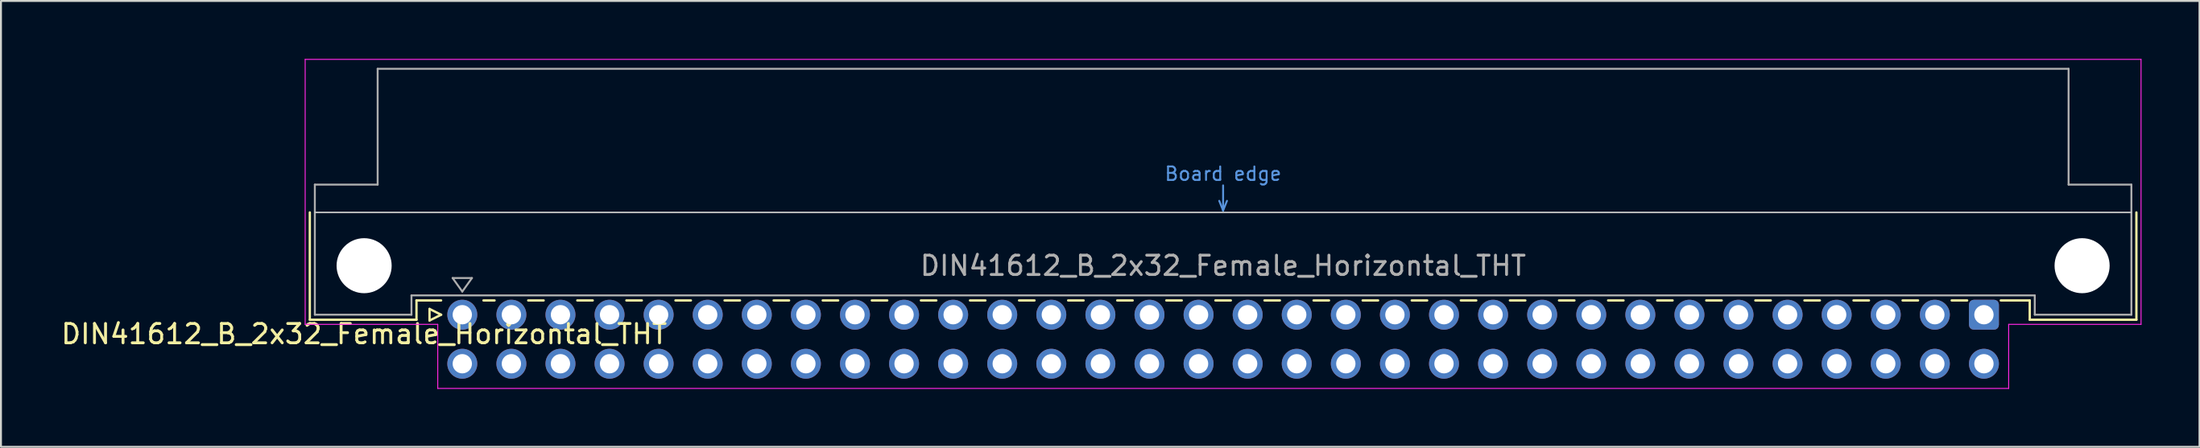
<source format=kicad_pcb>
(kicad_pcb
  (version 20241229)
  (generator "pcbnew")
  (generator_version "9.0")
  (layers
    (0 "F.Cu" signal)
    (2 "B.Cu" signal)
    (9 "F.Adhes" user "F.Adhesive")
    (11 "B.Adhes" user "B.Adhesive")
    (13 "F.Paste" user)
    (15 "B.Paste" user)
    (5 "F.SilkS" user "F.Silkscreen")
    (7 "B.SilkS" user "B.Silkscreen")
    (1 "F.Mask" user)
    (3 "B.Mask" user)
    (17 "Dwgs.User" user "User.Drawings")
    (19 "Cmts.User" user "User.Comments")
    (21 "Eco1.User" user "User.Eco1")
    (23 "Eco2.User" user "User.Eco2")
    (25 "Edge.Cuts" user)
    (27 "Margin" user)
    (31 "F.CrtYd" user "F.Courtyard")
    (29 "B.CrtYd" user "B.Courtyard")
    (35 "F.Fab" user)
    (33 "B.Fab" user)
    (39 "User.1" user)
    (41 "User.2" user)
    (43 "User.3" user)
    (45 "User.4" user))
  (footprint "DIN41612_B_2x32_Female_Horizontal_THT"
    (layer "F.Cu")
    (at 99.612 13.255)
    (property "Reference" "DIN41612_B_2x32_Female_Horizontal_THT" (at -83.82 1 0) (layer "F.SilkS") (effects (font (size 1 1) (thickness 0.15))))
    (attr through_hole)
    (fp_line (start -86.63 -5.3) (end -86.63 0.26) (stroke (width 0.12) (type solid)) (layer "F.SilkS"))
    (fp_line (start -86.63 0.26) (end -81.11 0.26) (stroke (width 0.12) (type solid)) (layer "F.SilkS"))
    (fp_line (start -81.111 -0.74) (end -79.835 -0.74) (stroke (width 0.12) (type solid)) (layer "F.SilkS"))
    (fp_line (start -81.11 0.26) (end -81.11 -0.74) (stroke (width 0.12) (type solid)) (layer "F.SilkS"))
    (fp_line (start -80.435 -0.3) (end -80.435 0.3) (stroke (width 0.12) (type solid)) (layer "F.SilkS"))
    (fp_line (start -80.435 0.3) (end -79.835 0) (stroke (width 0.12) (type solid)) (layer "F.SilkS"))
    (fp_line (start -79.835 0) (end -80.435 -0.3) (stroke (width 0.12) (type solid)) (layer "F.SilkS"))
    (fp_line (start -77.645 -0.74) (end -77.069 -0.74) (stroke (width 0.12) (type solid)) (layer "F.SilkS"))
    (fp_line (start -75.33 -0.74) (end -74.529 -0.74) (stroke (width 0.12) (type solid)) (layer "F.SilkS"))
    (fp_line (start -72.79 -0.74) (end -71.989 -0.74) (stroke (width 0.12) (type solid)) (layer "F.SilkS"))
    (fp_line (start -70.25 -0.74) (end -69.449 -0.74) (stroke (width 0.12) (type solid)) (layer "F.SilkS"))
    (fp_line (start -67.71 -0.74) (end -66.909 -0.74) (stroke (width 0.12) (type solid)) (layer "F.SilkS"))
    (fp_line (start -65.17 -0.74) (end -64.369 -0.74) (stroke (width 0.12) (type solid)) (layer "F.SilkS"))
    (fp_line (start -62.63 -0.74) (end -61.829 -0.74) (stroke (width 0.12) (type solid)) (layer "F.SilkS"))
    (fp_line (start -60.09 -0.74) (end -59.289 -0.74) (stroke (width 0.12) (type solid)) (layer "F.SilkS"))
    (fp_line (start -57.55 -0.74) (end -56.749 -0.74) (stroke (width 0.12) (type solid)) (layer "F.SilkS"))
    (fp_line (start -55.01 -0.74) (end -54.209 -0.74) (stroke (width 0.12) (type solid)) (layer "F.SilkS"))
    (fp_line (start -52.47 -0.74) (end -51.669 -0.74) (stroke (width 0.12) (type solid)) (layer "F.SilkS"))
    (fp_line (start -49.93 -0.74) (end -49.129 -0.74) (stroke (width 0.12) (type solid)) (layer "F.SilkS"))
    (fp_line (start -47.39 -0.74) (end -46.589 -0.74) (stroke (width 0.12) (type solid)) (layer "F.SilkS"))
    (fp_line (start -44.85 -0.74) (end -44.049 -0.74) (stroke (width 0.12) (type solid)) (layer "F.SilkS"))
    (fp_line (start -42.31 -0.74) (end -41.509 -0.74) (stroke (width 0.12) (type solid)) (layer "F.SilkS"))
    (fp_line (start -39.77 -0.74) (end -38.969 -0.74) (stroke (width 0.12) (type solid)) (layer "F.SilkS"))
    (fp_line (start -37.23 -0.74) (end -36.429 -0.74) (stroke (width 0.12) (type solid)) (layer "F.SilkS"))
    (fp_line (start -34.69 -0.74) (end -33.889 -0.74) (stroke (width 0.12) (type solid)) (layer "F.SilkS"))
    (fp_line (start -32.15 -0.74) (end -31.349 -0.74) (stroke (width 0.12) (type solid)) (layer "F.SilkS"))
    (fp_line (start -29.61 -0.74) (end -28.809 -0.74) (stroke (width 0.12) (type solid)) (layer "F.SilkS"))
    (fp_line (start -27.07 -0.74) (end -26.269 -0.74) (stroke (width 0.12) (type solid)) (layer "F.SilkS"))
    (fp_line (start -24.53 -0.74) (end -23.729 -0.74) (stroke (width 0.12) (type solid)) (layer "F.SilkS"))
    (fp_line (start -21.99 -0.74) (end -21.189 -0.74) (stroke (width 0.12) (type solid)) (layer "F.SilkS"))
    (fp_line (start -19.45 -0.74) (end -18.649 -0.74) (stroke (width 0.12) (type solid)) (layer "F.SilkS"))
    (fp_line (start -16.91 -0.74) (end -16.109 -0.74) (stroke (width 0.12) (type solid)) (layer "F.SilkS"))
    (fp_line (start -14.37 -0.74) (end -13.569 -0.74) (stroke (width 0.12) (type solid)) (layer "F.SilkS"))
    (fp_line (start -11.83 -0.74) (end -11.029 -0.74) (stroke (width 0.12) (type solid)) (layer "F.SilkS"))
    (fp_line (start -9.29 -0.74) (end -8.489 -0.74) (stroke (width 0.12) (type solid)) (layer "F.SilkS"))
    (fp_line (start -6.75 -0.74) (end -5.949 -0.74) (stroke (width 0.12) (type solid)) (layer "F.SilkS"))
    (fp_line (start -4.21 -0.74) (end -3.409 -0.74) (stroke (width 0.12) (type solid)) (layer "F.SilkS"))
    (fp_line (start -1.67 -0.74) (end -0.869 -0.74) (stroke (width 0.12) (type solid)) (layer "F.SilkS"))
    (fp_line (start 0.87 -0.74) (end 2.37 -0.74) (stroke (width 0.12) (type solid)) (layer "F.SilkS"))
    (fp_line (start 2.37 0.26) (end 2.37 -0.74) (stroke (width 0.12) (type solid)) (layer "F.SilkS"))
    (fp_line (start 7.89 -5.3) (end 7.89 0.26) (stroke (width 0.12) (type solid)) (layer "F.SilkS"))
    (fp_line (start 7.89 0.26) (end 2.37 0.26) (stroke (width 0.12) (type solid)) (layer "F.SilkS"))
    (fp_line (start -86.37 -5.3) (end 7.63 -5.3) (stroke (width 0.08) (type solid)) (layer "Dwgs.User"))
    (fp_line (start -39.57 -5.9) (end -39.37 -5.4) (stroke (width 0.1) (type solid)) (layer "Cmts.User"))
    (fp_line (start -39.37 -5.4) (end -39.37 -6.7) (stroke (width 0.1) (type solid)) (layer "Cmts.User"))
    (fp_line (start -39.37 -5.4) (end -39.17 -5.9) (stroke (width 0.1) (type solid)) (layer "Cmts.User"))
    (fp_line (start -86.87 -13.23) (end -86.87 0.5) (stroke (width 0.05) (type solid)) (layer "F.CrtYd"))
    (fp_line (start -86.87 0.5) (end -80.01 0.5) (stroke (width 0.05) (type solid)) (layer "F.CrtYd"))
    (fp_line (start -80.01 0.5) (end -80.01 3.82) (stroke (width 0.05) (type solid)) (layer "F.CrtYd"))
    (fp_line (start -80.01 3.82) (end 1.28 3.82) (stroke (width 0.05) (type solid)) (layer "F.CrtYd"))
    (fp_line (start 1.28 0.5) (end 8.13 0.5) (stroke (width 0.05) (type solid)) (layer "F.CrtYd"))
    (fp_line (start 1.28 3.82) (end 1.28 0.5) (stroke (width 0.05) (type solid)) (layer "F.CrtYd"))
    (fp_line (start 8.13 -13.23) (end -86.87 -13.23) (stroke (width 0.05) (type solid)) (layer "F.CrtYd"))
    (fp_line (start 8.13 0.5) (end 8.13 -13.23) (stroke (width 0.05) (type solid)) (layer "F.CrtYd"))
    (fp_line (start -86.37 -6.74) (end -86.37 0) (stroke (width 0.1) (type solid)) (layer "F.Fab"))
    (fp_line (start -86.37 0) (end -81.37 0) (stroke (width 0.1) (type solid)) (layer "F.Fab"))
    (fp_line (start -83.12 -12.74) (end -83.12 -6.74) (stroke (width 0.1) (type solid)) (layer "F.Fab"))
    (fp_line (start -83.12 -6.74) (end -86.37 -6.74) (stroke (width 0.1) (type solid)) (layer "F.Fab"))
    (fp_line (start -81.37 -1) (end 2.63 -1) (stroke (width 0.1) (type solid)) (layer "F.Fab"))
    (fp_line (start -81.37 0) (end -81.37 -1) (stroke (width 0.1) (type solid)) (layer "F.Fab"))
    (fp_line (start -79.24 -1.9) (end -78.24 -1.9) (stroke (width 0.1) (type solid)) (layer "F.Fab"))
    (fp_line (start -78.74 -1.2) (end -79.24 -1.9) (stroke (width 0.1) (type solid)) (layer "F.Fab"))
    (fp_line (start -78.24 -1.9) (end -78.74 -1.2) (stroke (width 0.1) (type solid)) (layer "F.Fab"))
    (fp_line (start 2.63 -1) (end 2.63 0) (stroke (width 0.1) (type solid)) (layer "F.Fab"))
    (fp_line (start 2.63 0) (end 7.63 0) (stroke (width 0.1) (type solid)) (layer "F.Fab"))
    (fp_line (start 4.38 -12.74) (end -83.12 -12.74) (stroke (width 0.1) (type solid)) (layer "F.Fab"))
    (fp_line (start 4.38 -6.74) (end 4.38 -12.74) (stroke (width 0.1) (type solid)) (layer "F.Fab"))
    (fp_line (start 7.63 -6.74) (end 4.38 -6.74) (stroke (width 0.1) (type solid)) (layer "F.Fab"))
    (fp_line (start 7.63 0) (end 7.63 -6.74) (stroke (width 0.1) (type solid)) (layer "F.Fab"))
    (fp_text user "Board edge" (at -39.37 -7.3 0) (layer "Cmts.User") (effects (font (size 0.7 0.7) (thickness 0.1))))
    (fp_text user "${REFERENCE}" (at -39.37 -2.54 0) (layer "F.Fab") (effects (font (size 1 1) (thickness 0.15))))
    (pad "" np_thru_hole circle (at -83.82 -2.54) (size 2.85 2.85) (drill 2.85) (layers "*.Cu" "*.Mask"))
    (pad "" np_thru_hole circle (at 5.08 -2.54) (size 2.85 2.85) (drill 2.85) (layers "*.Cu" "*.Mask"))
    (pad "a1" thru_hole roundrect (at 0 0) (size 1.55 1.55) (drill 1) (layers "*.Cu" "*.Mask") (roundrect_rratio 0.161))
    (pad "a2" thru_hole circle (at -2.54 0) (size 1.55 1.55) (drill 1) (layers "*.Cu" "*.Mask"))
    (pad "a3" thru_hole circle (at -5.08 0) (size 1.55 1.55) (drill 1) (layers "*.Cu" "*.Mask"))
    (pad "a4" thru_hole circle (at -7.62 0) (size 1.55 1.55) (drill 1) (layers "*.Cu" "*.Mask"))
    (pad "a5" thru_hole circle (at -10.16 0) (size 1.55 1.55) (drill 1) (layers "*.Cu" "*.Mask"))
    (pad "a6" thru_hole circle (at -12.7 0) (size 1.55 1.55) (drill 1) (layers "*.Cu" "*.Mask"))
    (pad "a7" thru_hole circle (at -15.24 0) (size 1.55 1.55) (drill 1) (layers "*.Cu" "*.Mask"))
    (pad "a8" thru_hole circle (at -17.78 0) (size 1.55 1.55) (drill 1) (layers "*.Cu" "*.Mask"))
    (pad "a9" thru_hole circle (at -20.32 0) (size 1.55 1.55) (drill 1) (layers "*.Cu" "*.Mask"))
    (pad "a10" thru_hole circle (at -22.86 0) (size 1.55 1.55) (drill 1) (layers "*.Cu" "*.Mask"))
    (pad "a11" thru_hole circle (at -25.4 0) (size 1.55 1.55) (drill 1) (layers "*.Cu" "*.Mask"))
    (pad "a12" thru_hole circle (at -27.94 0) (size 1.55 1.55) (drill 1) (layers "*.Cu" "*.Mask"))
    (pad "a13" thru_hole circle (at -30.48 0) (size 1.55 1.55) (drill 1) (layers "*.Cu" "*.Mask"))
    (pad "a14" thru_hole circle (at -33.02 0) (size 1.55 1.55) (drill 1) (layers "*.Cu" "*.Mask"))
    (pad "a15" thru_hole circle (at -35.56 0) (size 1.55 1.55) (drill 1) (layers "*.Cu" "*.Mask"))
    (pad "a16" thru_hole circle (at -38.1 0) (size 1.55 1.55) (drill 1) (layers "*.Cu" "*.Mask"))
    (pad "a17" thru_hole circle (at -40.64 0) (size 1.55 1.55) (drill 1) (layers "*.Cu" "*.Mask"))
    (pad "a18" thru_hole circle (at -43.18 0) (size 1.55 1.55) (drill 1) (layers "*.Cu" "*.Mask"))
    (pad "a19" thru_hole circle (at -45.72 0) (size 1.55 1.55) (drill 1) (layers "*.Cu" "*.Mask"))
    (pad "a20" thru_hole circle (at -48.26 0) (size 1.55 1.55) (drill 1) (layers "*.Cu" "*.Mask"))
    (pad "a21" thru_hole circle (at -50.8 0) (size 1.55 1.55) (drill 1) (layers "*.Cu" "*.Mask"))
    (pad "a22" thru_hole circle (at -53.34 0) (size 1.55 1.55) (drill 1) (layers "*.Cu" "*.Mask"))
    (pad "a23" thru_hole circle (at -55.88 0) (size 1.55 1.55) (drill 1) (layers "*.Cu" "*.Mask"))
    (pad "a24" thru_hole circle (at -58.42 0) (size 1.55 1.55) (drill 1) (layers "*.Cu" "*.Mask"))
    (pad "a25" thru_hole circle (at -60.96 0) (size 1.55 1.55) (drill 1) (layers "*.Cu" "*.Mask"))
    (pad "a26" thru_hole circle (at -63.5 0) (size 1.55 1.55) (drill 1) (layers "*.Cu" "*.Mask"))
    (pad "a27" thru_hole circle (at -66.04 0) (size 1.55 1.55) (drill 1) (layers "*.Cu" "*.Mask"))
    (pad "a28" thru_hole circle (at -68.58 0) (size 1.55 1.55) (drill 1) (layers "*.Cu" "*.Mask"))
    (pad "a29" thru_hole circle (at -71.12 0) (size 1.55 1.55) (drill 1) (layers "*.Cu" "*.Mask"))
    (pad "a30" thru_hole circle (at -73.66 0) (size 1.55 1.55) (drill 1) (layers "*.Cu" "*.Mask"))
    (pad "a31" thru_hole circle (at -76.2 0) (size 1.55 1.55) (drill 1) (layers "*.Cu" "*.Mask"))
    (pad "a32" thru_hole circle (at -78.74 0) (size 1.55 1.55) (drill 1) (layers "*.Cu" "*.Mask"))
    (pad "b1" thru_hole circle (at 0 2.54) (size 1.55 1.55) (drill 1) (layers "*.Cu" "*.Mask"))
    (pad "b2" thru_hole circle (at -2.54 2.54) (size 1.55 1.55) (drill 1) (layers "*.Cu" "*.Mask"))
    (pad "b3" thru_hole circle (at -5.08 2.54) (size 1.55 1.55) (drill 1) (layers "*.Cu" "*.Mask"))
    (pad "b4" thru_hole circle (at -7.62 2.54) (size 1.55 1.55) (drill 1) (layers "*.Cu" "*.Mask"))
    (pad "b5" thru_hole circle (at -10.16 2.54) (size 1.55 1.55) (drill 1) (layers "*.Cu" "*.Mask"))
    (pad "b6" thru_hole circle (at -12.7 2.54) (size 1.55 1.55) (drill 1) (layers "*.Cu" "*.Mask"))
    (pad "b7" thru_hole circle (at -15.24 2.54) (size 1.55 1.55) (drill 1) (layers "*.Cu" "*.Mask"))
    (pad "b8" thru_hole circle (at -17.78 2.54) (size 1.55 1.55) (drill 1) (layers "*.Cu" "*.Mask"))
    (pad "b9" thru_hole circle (at -20.32 2.54) (size 1.55 1.55) (drill 1) (layers "*.Cu" "*.Mask"))
    (pad "b10" thru_hole circle (at -22.86 2.54) (size 1.55 1.55) (drill 1) (layers "*.Cu" "*.Mask"))
    (pad "b11" thru_hole circle (at -25.4 2.54) (size 1.55 1.55) (drill 1) (layers "*.Cu" "*.Mask"))
    (pad "b12" thru_hole circle (at -27.94 2.54) (size 1.55 1.55) (drill 1) (layers "*.Cu" "*.Mask"))
    (pad "b13" thru_hole circle (at -30.48 2.54) (size 1.55 1.55) (drill 1) (layers "*.Cu" "*.Mask"))
    (pad "b14" thru_hole circle (at -33.02 2.54) (size 1.55 1.55) (drill 1) (layers "*.Cu" "*.Mask"))
    (pad "b15" thru_hole circle (at -35.56 2.54) (size 1.55 1.55) (drill 1) (layers "*.Cu" "*.Mask"))
    (pad "b16" thru_hole circle (at -38.1 2.54) (size 1.55 1.55) (drill 1) (layers "*.Cu" "*.Mask"))
    (pad "b17" thru_hole circle (at -40.64 2.54) (size 1.55 1.55) (drill 1) (layers "*.Cu" "*.Mask"))
    (pad "b18" thru_hole circle (at -43.18 2.54) (size 1.55 1.55) (drill 1) (layers "*.Cu" "*.Mask"))
    (pad "b19" thru_hole circle (at -45.72 2.54) (size 1.55 1.55) (drill 1) (layers "*.Cu" "*.Mask"))
    (pad "b20" thru_hole circle (at -48.26 2.54) (size 1.55 1.55) (drill 1) (layers "*.Cu" "*.Mask"))
    (pad "b21" thru_hole circle (at -50.8 2.54) (size 1.55 1.55) (drill 1) (layers "*.Cu" "*.Mask"))
    (pad "b22" thru_hole circle (at -53.34 2.54) (size 1.55 1.55) (drill 1) (layers "*.Cu" "*.Mask"))
    (pad "b23" thru_hole circle (at -55.88 2.54) (size 1.55 1.55) (drill 1) (layers "*.Cu" "*.Mask"))
    (pad "b24" thru_hole circle (at -58.42 2.54) (size 1.55 1.55) (drill 1) (layers "*.Cu" "*.Mask"))
    (pad "b25" thru_hole circle (at -60.96 2.54) (size 1.55 1.55) (drill 1) (layers "*.Cu" "*.Mask"))
    (pad "b26" thru_hole circle (at -63.5 2.54) (size 1.55 1.55) (drill 1) (layers "*.Cu" "*.Mask"))
    (pad "b27" thru_hole circle (at -66.04 2.54) (size 1.55 1.55) (drill 1) (layers "*.Cu" "*.Mask"))
    (pad "b28" thru_hole circle (at -68.58 2.54) (size 1.55 1.55) (drill 1) (layers "*.Cu" "*.Mask"))
    (pad "b29" thru_hole circle (at -71.12 2.54) (size 1.55 1.55) (drill 1) (layers "*.Cu" "*.Mask"))
    (pad "b30" thru_hole circle (at -73.66 2.54) (size 1.55 1.55) (drill 1) (layers "*.Cu" "*.Mask"))
    (pad "b31" thru_hole circle (at -76.2 2.54) (size 1.55 1.55) (drill 1) (layers "*.Cu" "*.Mask"))
    (pad "b32" thru_hole circle (at -78.74 2.54) (size 1.55 1.55) (drill 1) (layers "*.Cu" "*.Mask")))
  (gr_rect
    (start -3 -3)
    (end 110.767 20.1)
    (stroke (width 0.1) (type default))
    (fill no)
    (layer "Edge.Cuts")))
</source>
